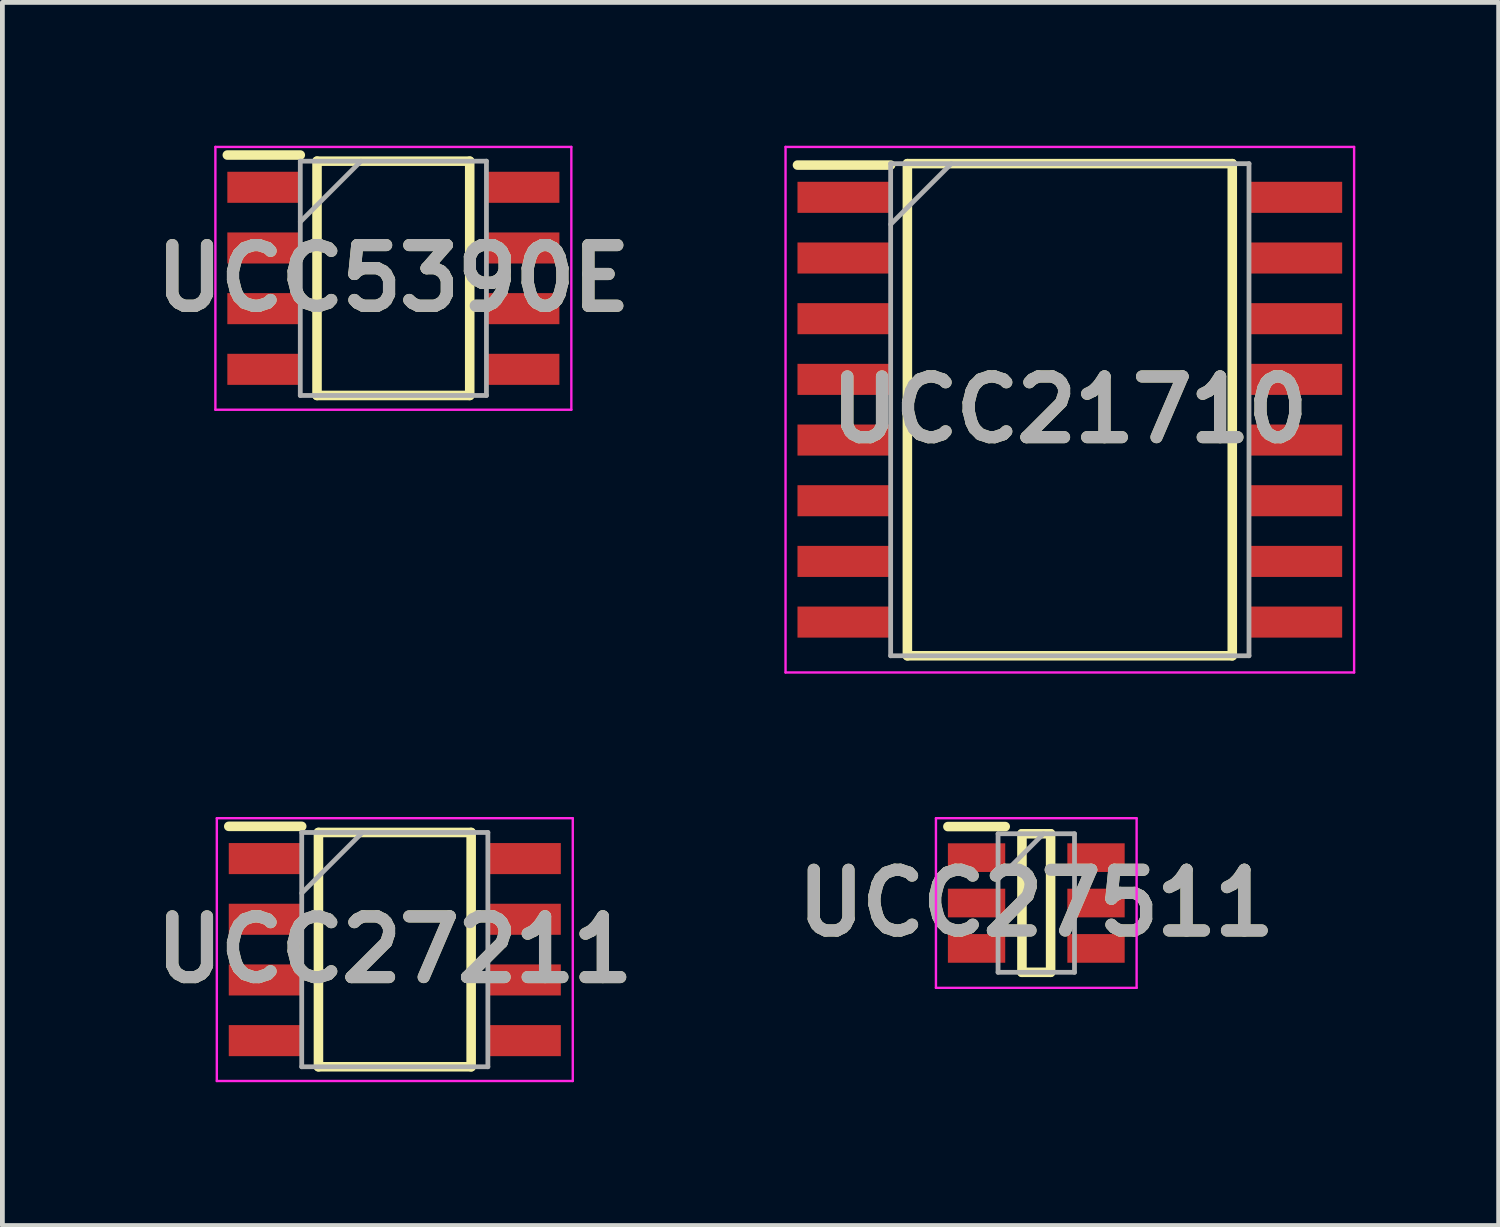
<source format=kicad_pcb>
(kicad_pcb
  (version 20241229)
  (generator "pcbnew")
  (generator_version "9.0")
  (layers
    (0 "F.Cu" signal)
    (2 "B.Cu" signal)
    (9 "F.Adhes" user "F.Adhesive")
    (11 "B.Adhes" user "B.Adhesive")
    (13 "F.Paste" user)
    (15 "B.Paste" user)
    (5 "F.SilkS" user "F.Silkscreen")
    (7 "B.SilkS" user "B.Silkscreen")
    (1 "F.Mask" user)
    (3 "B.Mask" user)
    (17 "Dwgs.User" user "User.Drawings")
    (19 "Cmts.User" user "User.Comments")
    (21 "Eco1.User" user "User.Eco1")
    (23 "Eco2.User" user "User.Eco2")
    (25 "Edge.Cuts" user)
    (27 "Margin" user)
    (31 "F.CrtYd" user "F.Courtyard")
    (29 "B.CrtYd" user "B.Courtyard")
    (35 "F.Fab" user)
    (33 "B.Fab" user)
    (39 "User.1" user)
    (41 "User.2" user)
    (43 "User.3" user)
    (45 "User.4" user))
  (footprint "UCC27211"
    (layer "F.Cu")
    (at 5.213 16.825)
    (property "Reference" "UCC27211" (at 0 0 0) (layer "F.SilkS") (effects (font (size 1.27 1.27) (thickness 0.254))))
    (attr smd)
    (fp_line (start -3.475 -2.58) (end -1.948 -2.58) (stroke (width 0.2) (type solid)) (layer "F.SilkS"))
    (fp_line (start -1.598 -2.452) (end 1.598 -2.452) (stroke (width 0.2) (type solid)) (layer "F.SilkS"))
    (fp_line (start -1.598 2.452) (end -1.598 -2.452) (stroke (width 0.2) (type solid)) (layer "F.SilkS"))
    (fp_line (start 1.598 -2.452) (end 1.598 2.452) (stroke (width 0.2) (type solid)) (layer "F.SilkS"))
    (fp_line (start 1.598 2.452) (end -1.598 2.452) (stroke (width 0.2) (type solid)) (layer "F.SilkS"))
    (fp_line (start -3.725 -2.75) (end 3.725 -2.75) (stroke (width 0.05) (type solid)) (layer "F.CrtYd"))
    (fp_line (start -3.725 2.75) (end -3.725 -2.75) (stroke (width 0.05) (type solid)) (layer "F.CrtYd"))
    (fp_line (start 3.725 -2.75) (end 3.725 2.75) (stroke (width 0.05) (type solid)) (layer "F.CrtYd"))
    (fp_line (start 3.725 2.75) (end -3.725 2.75) (stroke (width 0.05) (type solid)) (layer "F.CrtYd"))
    (fp_line (start -1.948 -2.452) (end 1.948 -2.452) (stroke (width 0.1) (type solid)) (layer "F.Fab"))
    (fp_line (start -1.948 -1.182) (end -0.678 -2.452) (stroke (width 0.1) (type solid)) (layer "F.Fab"))
    (fp_line (start -1.948 2.452) (end -1.948 -2.452) (stroke (width 0.1) (type solid)) (layer "F.Fab"))
    (fp_line (start 1.948 -2.452) (end 1.948 2.452) (stroke (width 0.1) (type solid)) (layer "F.Fab"))
    (fp_line (start 1.948 2.452) (end -1.948 2.452) (stroke (width 0.1) (type solid)) (layer "F.Fab"))
    (fp_text user "${REFERENCE}" (at 0 0 0) (layer "F.Fab") (effects (font (size 1.27 1.27) (thickness 0.254))))
    (pad "1" smd rect (at -2.711 -1.905 90) (size 0.65 1.528) (layers "F.Cu" "F.Mask" "F.Paste"))
    (pad "2" smd rect (at -2.711 -0.635 90) (size 0.65 1.528) (layers "F.Cu" "F.Mask" "F.Paste"))
    (pad "3" smd rect (at -2.711 0.635 90) (size 0.65 1.528) (layers "F.Cu" "F.Mask" "F.Paste"))
    (pad "4" smd rect (at -2.711 1.905 90) (size 0.65 1.528) (layers "F.Cu" "F.Mask" "F.Paste"))
    (pad "5" smd rect (at 2.711 1.905 90) (size 0.65 1.528) (layers "F.Cu" "F.Mask" "F.Paste"))
    (pad "6" smd rect (at 2.711 0.635 90) (size 0.65 1.528) (layers "F.Cu" "F.Mask" "F.Paste"))
    (pad "7" smd rect (at 2.711 -0.635 90) (size 0.65 1.528) (layers "F.Cu" "F.Mask" "F.Paste"))
    (pad "8" smd rect (at 2.711 -1.905 90) (size 0.65 1.528) (layers "F.Cu" "F.Mask" "F.Paste")))
  (footprint "UCC27511"
    (layer "F.Cu")
    (at 18.639 15.85)
    (property "Reference" "UCC27511" (at 0 0 0) (layer "F.SilkS") (effects (font (size 1.27 1.27) (thickness 0.254))))
    (attr smd)
    (fp_line (start -1.85 -1.6) (end -0.65 -1.6) (stroke (width 0.2) (type solid)) (layer "F.SilkS"))
    (fp_line (start -0.3 -1.45) (end 0.3 -1.45) (stroke (width 0.2) (type solid)) (layer "F.SilkS"))
    (fp_line (start -0.3 1.45) (end -0.3 -1.45) (stroke (width 0.2) (type solid)) (layer "F.SilkS"))
    (fp_line (start 0.3 -1.45) (end 0.3 1.45) (stroke (width 0.2) (type solid)) (layer "F.SilkS"))
    (fp_line (start 0.3 1.45) (end -0.3 1.45) (stroke (width 0.2) (type solid)) (layer "F.SilkS"))
    (fp_line (start -2.1 -1.775) (end 2.1 -1.775) (stroke (width 0.05) (type solid)) (layer "F.CrtYd"))
    (fp_line (start -2.1 1.775) (end -2.1 -1.775) (stroke (width 0.05) (type solid)) (layer "F.CrtYd"))
    (fp_line (start 2.1 -1.775) (end 2.1 1.775) (stroke (width 0.05) (type solid)) (layer "F.CrtYd"))
    (fp_line (start 2.1 1.775) (end -2.1 1.775) (stroke (width 0.05) (type solid)) (layer "F.CrtYd"))
    (fp_line (start -0.8 -1.45) (end 0.8 -1.45) (stroke (width 0.1) (type solid)) (layer "F.Fab"))
    (fp_line (start -0.8 -0.5) (end 0.15 -1.45) (stroke (width 0.1) (type solid)) (layer "F.Fab"))
    (fp_line (start -0.8 1.45) (end -0.8 -1.45) (stroke (width 0.1) (type solid)) (layer "F.Fab"))
    (fp_line (start 0.8 -1.45) (end 0.8 1.45) (stroke (width 0.1) (type solid)) (layer "F.Fab"))
    (fp_line (start 0.8 1.45) (end -0.8 1.45) (stroke (width 0.1) (type solid)) (layer "F.Fab"))
    (fp_text user "${REFERENCE}" (at 0 0 0) (layer "F.Fab") (effects (font (size 1.27 1.27) (thickness 0.254))))
    (pad "1" smd rect (at -1.25 -0.95 90) (size 0.6 1.2) (layers "F.Cu" "F.Mask" "F.Paste"))
    (pad "2" smd rect (at -1.25 0 90) (size 0.6 1.2) (layers "F.Cu" "F.Mask" "F.Paste"))
    (pad "3" smd rect (at -1.25 0.95 90) (size 0.6 1.2) (layers "F.Cu" "F.Mask" "F.Paste"))
    (pad "4" smd rect (at 1.25 0.95 90) (size 0.6 1.2) (layers "F.Cu" "F.Mask" "F.Paste"))
    (pad "5" smd rect (at 1.25 0 90) (size 0.6 1.2) (layers "F.Cu" "F.Mask" "F.Paste"))
    (pad "6" smd rect (at 1.25 -0.95 90) (size 0.6 1.2) (layers "F.Cu" "F.Mask" "F.Paste")))
  (footprint "UCC5390E"
    (layer "F.Cu")
    (at 5.183 2.775)
    (property "Reference" "UCC5390E" (at 0 0 0) (layer "F.SilkS") (effects (font (size 1.27 1.27) (thickness 0.254))))
    (attr smd)
    (fp_line (start -3.475 -2.58) (end -1.948 -2.58) (stroke (width 0.2) (type solid)) (layer "F.SilkS"))
    (fp_line (start -1.598 -2.452) (end 1.598 -2.452) (stroke (width 0.2) (type solid)) (layer "F.SilkS"))
    (fp_line (start -1.598 2.452) (end -1.598 -2.452) (stroke (width 0.2) (type solid)) (layer "F.SilkS"))
    (fp_line (start 1.598 -2.452) (end 1.598 2.452) (stroke (width 0.2) (type solid)) (layer "F.SilkS"))
    (fp_line (start 1.598 2.452) (end -1.598 2.452) (stroke (width 0.2) (type solid)) (layer "F.SilkS"))
    (fp_line (start -3.725 -2.75) (end 3.725 -2.75) (stroke (width 0.05) (type solid)) (layer "F.CrtYd"))
    (fp_line (start -3.725 2.75) (end -3.725 -2.75) (stroke (width 0.05) (type solid)) (layer "F.CrtYd"))
    (fp_line (start 3.725 -2.75) (end 3.725 2.75) (stroke (width 0.05) (type solid)) (layer "F.CrtYd"))
    (fp_line (start 3.725 2.75) (end -3.725 2.75) (stroke (width 0.05) (type solid)) (layer "F.CrtYd"))
    (fp_line (start -1.948 -2.452) (end 1.948 -2.452) (stroke (width 0.1) (type solid)) (layer "F.Fab"))
    (fp_line (start -1.948 -1.182) (end -0.678 -2.452) (stroke (width 0.1) (type solid)) (layer "F.Fab"))
    (fp_line (start -1.948 2.452) (end -1.948 -2.452) (stroke (width 0.1) (type solid)) (layer "F.Fab"))
    (fp_line (start 1.948 -2.452) (end 1.948 2.452) (stroke (width 0.1) (type solid)) (layer "F.Fab"))
    (fp_line (start 1.948 2.452) (end -1.948 2.452) (stroke (width 0.1) (type solid)) (layer "F.Fab"))
    (fp_text user "${REFERENCE}" (at 0 0 0) (layer "F.Fab") (effects (font (size 1.27 1.27) (thickness 0.254))))
    (pad "1" smd rect (at -2.711 -1.905 90) (size 0.65 1.528) (layers "F.Cu" "F.Mask" "F.Paste"))
    (pad "2" smd rect (at -2.711 -0.635 90) (size 0.65 1.528) (layers "F.Cu" "F.Mask" "F.Paste"))
    (pad "3" smd rect (at -2.711 0.635 90) (size 0.65 1.528) (layers "F.Cu" "F.Mask" "F.Paste"))
    (pad "4" smd rect (at -2.711 1.905 90) (size 0.65 1.528) (layers "F.Cu" "F.Mask" "F.Paste"))
    (pad "5" smd rect (at 2.711 1.905 90) (size 0.65 1.528) (layers "F.Cu" "F.Mask" "F.Paste"))
    (pad "6" smd rect (at 2.711 0.635 90) (size 0.65 1.528) (layers "F.Cu" "F.Mask" "F.Paste"))
    (pad "7" smd rect (at 2.711 -0.635 90) (size 0.65 1.528) (layers "F.Cu" "F.Mask" "F.Paste"))
    (pad "8" smd rect (at 2.711 -1.905 90) (size 0.65 1.528) (layers "F.Cu" "F.Mask" "F.Paste")))
  (footprint "UCC21710"
    (layer "F.Cu")
    (at 19.341 5.525)
    (property "Reference" "UCC21710" (at 0 0 0) (layer "F.SilkS") (effects (font (size 1.27 1.27) (thickness 0.254))))
    (attr smd)
    (fp_line (start -5.7 -5.12) (end -3.75 -5.12) (stroke (width 0.2) (type solid)) (layer "F.SilkS"))
    (fp_line (start -3.4 -5.15) (end 3.4 -5.15) (stroke (width 0.2) (type solid)) (layer "F.SilkS"))
    (fp_line (start -3.4 5.15) (end -3.4 -5.15) (stroke (width 0.2) (type solid)) (layer "F.SilkS"))
    (fp_line (start 3.4 -5.15) (end 3.4 5.15) (stroke (width 0.2) (type solid)) (layer "F.SilkS"))
    (fp_line (start 3.4 5.15) (end -3.4 5.15) (stroke (width 0.2) (type solid)) (layer "F.SilkS"))
    (fp_line (start -5.95 -5.5) (end 5.95 -5.5) (stroke (width 0.05) (type solid)) (layer "F.CrtYd"))
    (fp_line (start -5.95 5.5) (end -5.95 -5.5) (stroke (width 0.05) (type solid)) (layer "F.CrtYd"))
    (fp_line (start 5.95 -5.5) (end 5.95 5.5) (stroke (width 0.05) (type solid)) (layer "F.CrtYd"))
    (fp_line (start 5.95 5.5) (end -5.95 5.5) (stroke (width 0.05) (type solid)) (layer "F.CrtYd"))
    (fp_line (start -3.75 -5.15) (end 3.75 -5.15) (stroke (width 0.1) (type solid)) (layer "F.Fab"))
    (fp_line (start -3.75 -3.88) (end -2.48 -5.15) (stroke (width 0.1) (type solid)) (layer "F.Fab"))
    (fp_line (start -3.75 5.15) (end -3.75 -5.15) (stroke (width 0.1) (type solid)) (layer "F.Fab"))
    (fp_line (start 3.75 -5.15) (end 3.75 5.15) (stroke (width 0.1) (type solid)) (layer "F.Fab"))
    (fp_line (start 3.75 5.15) (end -3.75 5.15) (stroke (width 0.1) (type solid)) (layer "F.Fab"))
    (fp_text user "${REFERENCE}" (at 0 0 0) (layer "F.Fab") (effects (font (size 1.27 1.27) (thickness 0.254))))
    (pad "1" smd rect (at -4.725 -4.445 90) (size 0.65 1.95) (layers "F.Cu" "F.Mask" "F.Paste"))
    (pad "2" smd rect (at -4.725 -3.175 90) (size 0.65 1.95) (layers "F.Cu" "F.Mask" "F.Paste"))
    (pad "3" smd rect (at -4.725 -1.905 90) (size 0.65 1.95) (layers "F.Cu" "F.Mask" "F.Paste"))
    (pad "4" smd rect (at -4.725 -0.635 90) (size 0.65 1.95) (layers "F.Cu" "F.Mask" "F.Paste"))
    (pad "5" smd rect (at -4.725 0.635 90) (size 0.65 1.95) (layers "F.Cu" "F.Mask" "F.Paste"))
    (pad "6" smd rect (at -4.725 1.905 90) (size 0.65 1.95) (layers "F.Cu" "F.Mask" "F.Paste"))
    (pad "7" smd rect (at -4.725 3.175 90) (size 0.65 1.95) (layers "F.Cu" "F.Mask" "F.Paste"))
    (pad "8" smd rect (at -4.725 4.445 90) (size 0.65 1.95) (layers "F.Cu" "F.Mask" "F.Paste"))
    (pad "9" smd rect (at 4.725 4.445 90) (size 0.65 1.95) (layers "F.Cu" "F.Mask" "F.Paste"))
    (pad "10" smd rect (at 4.725 3.175 90) (size 0.65 1.95) (layers "F.Cu" "F.Mask" "F.Paste"))
    (pad "11" smd rect (at 4.725 1.905 90) (size 0.65 1.95) (layers "F.Cu" "F.Mask" "F.Paste"))
    (pad "12" smd rect (at 4.725 0.635 90) (size 0.65 1.95) (layers "F.Cu" "F.Mask" "F.Paste"))
    (pad "13" smd rect (at 4.725 -0.635 90) (size 0.65 1.95) (layers "F.Cu" "F.Mask" "F.Paste"))
    (pad "14" smd rect (at 4.725 -1.905 90) (size 0.65 1.95) (layers "F.Cu" "F.Mask" "F.Paste"))
    (pad "15" smd rect (at 4.725 -3.175 90) (size 0.65 1.95) (layers "F.Cu" "F.Mask" "F.Paste"))
    (pad "16" smd rect (at 4.725 -4.445 90) (size 0.65 1.95) (layers "F.Cu" "F.Mask" "F.Paste")))
  (gr_rect
    (start -3 -3)
    (end 28.316 22.6)
    (stroke (width 0.1) (type default))
    (fill no)
    (layer "Edge.Cuts")))
</source>
